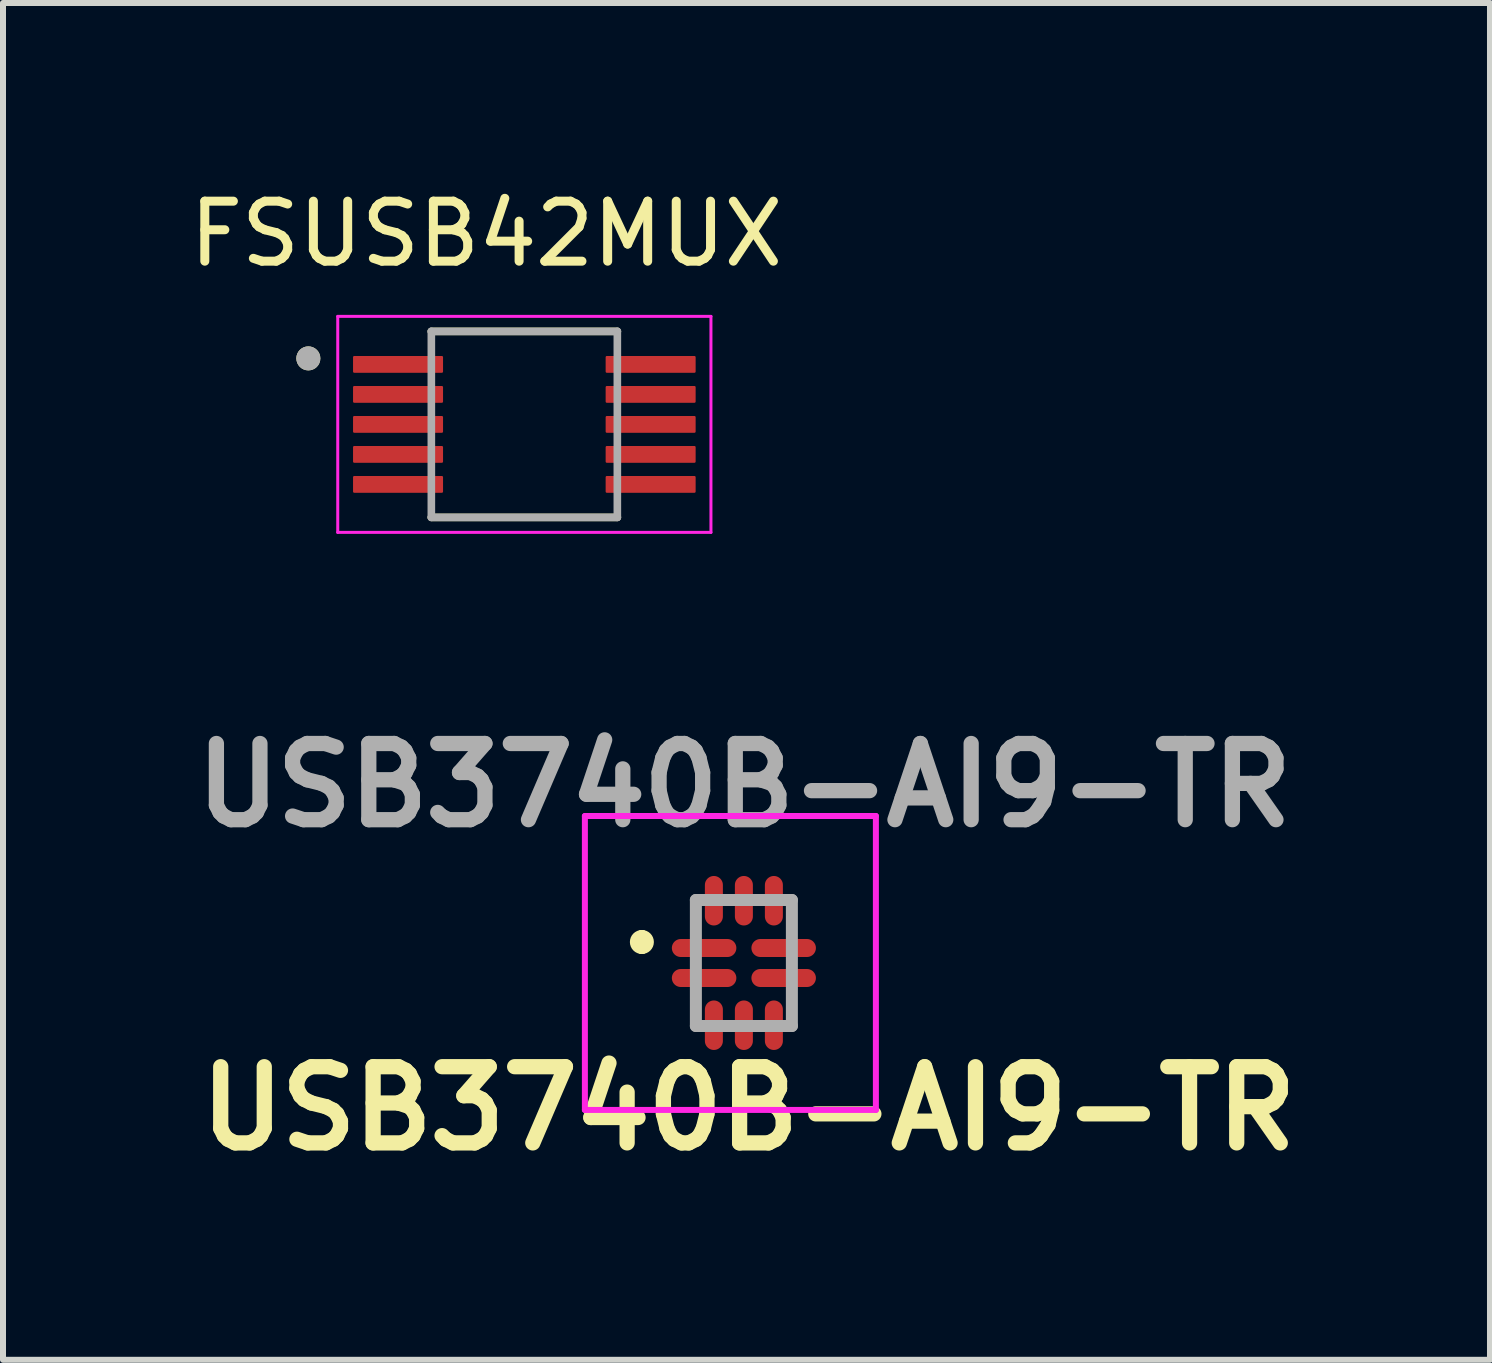
<source format=kicad_pcb>
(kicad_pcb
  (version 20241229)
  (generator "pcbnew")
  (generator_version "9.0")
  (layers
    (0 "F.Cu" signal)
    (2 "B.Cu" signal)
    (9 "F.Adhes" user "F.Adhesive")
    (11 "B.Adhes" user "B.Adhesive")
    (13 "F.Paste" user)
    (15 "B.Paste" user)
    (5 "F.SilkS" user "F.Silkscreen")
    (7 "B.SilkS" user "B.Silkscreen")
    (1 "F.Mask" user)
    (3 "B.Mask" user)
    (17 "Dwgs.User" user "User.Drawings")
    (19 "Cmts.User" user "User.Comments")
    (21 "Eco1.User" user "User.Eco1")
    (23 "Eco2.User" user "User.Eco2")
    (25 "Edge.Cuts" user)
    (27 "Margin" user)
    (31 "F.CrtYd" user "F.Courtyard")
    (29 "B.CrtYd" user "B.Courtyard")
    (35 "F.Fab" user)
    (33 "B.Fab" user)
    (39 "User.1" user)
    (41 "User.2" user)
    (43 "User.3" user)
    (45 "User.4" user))
  (footprint "USB3740B-AI9-TR"
    (layer "F.Cu")
    (at 9.348 13)
    (property "Reference" "USB3740B-AI9-TR" (at 0.08 2.424 0) (layer "F.SilkS") (effects (font (size 1.27 1.27) (thickness 0.254))))
    (attr smd)
    (fp_line (start -1.7 -0.45) (end -1.7 -0.45) (stroke (width 0.2) (type solid)) (layer "F.SilkS"))
    (fp_line (start -1.7 -0.25) (end -1.7 -0.25) (stroke (width 0.2) (type solid)) (layer "F.SilkS"))
    (fp_arc (start -1.7 -0.45) (mid -1.6 -0.35) (end -1.7 -0.25) (stroke (width 0.2) (type solid)) (layer "F.SilkS"))
    (fp_arc (start -1.7 -0.25) (mid -1.8 -0.35) (end -1.7 -0.45) (stroke (width 0.2) (type solid)) (layer "F.SilkS"))
    (fp_line (start -2.65 -2.45) (end 2.2 -2.45) (stroke (width 0.1) (type solid)) (layer "F.CrtYd"))
    (fp_line (start -2.65 2.449) (end -2.65 -2.45) (stroke (width 0.1) (type solid)) (layer "F.CrtYd"))
    (fp_line (start 2.2 -2.45) (end 2.2 2.449) (stroke (width 0.1) (type solid)) (layer "F.CrtYd"))
    (fp_line (start 2.2 2.449) (end -2.65 2.449) (stroke (width 0.1) (type solid)) (layer "F.CrtYd"))
    (fp_line (start -0.8 -1.05) (end 0.8 -1.05) (stroke (width 0.2) (type solid)) (layer "F.Fab"))
    (fp_line (start -0.8 1.05) (end -0.8 -1.05) (stroke (width 0.2) (type solid)) (layer "F.Fab"))
    (fp_line (start 0.8 -1.05) (end 0.8 1.05) (stroke (width 0.2) (type solid)) (layer "F.Fab"))
    (fp_line (start 0.8 1.05) (end -0.8 1.05) (stroke (width 0.2) (type solid)) (layer "F.Fab"))
    (fp_text user "${REFERENCE}" (at 0.008 -2.963 0) (layer "F.Fab") (effects (font (size 1.27 1.27) (thickness 0.254))))
    (pad "1" smd oval (at -0.663 -0.25 90) (size 0.3 1.075) (layers "F.Cu" "F.Mask" "F.Paste"))
    (pad "2" smd oval (at -0.663 0.25 90) (size 0.3 1.075) (layers "F.Cu" "F.Mask" "F.Paste"))
    (pad "3" smd oval (at -0.5 1.037) (size 0.3 0.825) (layers "F.Cu" "F.Mask" "F.Paste"))
    (pad "4" smd oval (at 0 1.037) (size 0.3 0.825) (layers "F.Cu" "F.Mask" "F.Paste"))
    (pad "5" smd oval (at 0.5 1.037) (size 0.3 0.825) (layers "F.Cu" "F.Mask" "F.Paste"))
    (pad "6" smd oval (at 0.663 0.25 90) (size 0.3 1.075) (layers "F.Cu" "F.Mask" "F.Paste"))
    (pad "7" smd oval (at 0.663 -0.25 90) (size 0.3 1.075) (layers "F.Cu" "F.Mask" "F.Paste"))
    (pad "8" smd oval (at 0.5 -1.038) (size 0.3 0.825) (layers "F.Cu" "F.Mask" "F.Paste"))
    (pad "9" smd oval (at 0 -1.038) (size 0.3 0.825) (layers "F.Cu" "F.Mask" "F.Paste"))
    (pad "10" smd oval (at -0.5 -1.038) (size 0.3 0.825) (layers "F.Cu" "F.Mask" "F.Paste")))
  (footprint "FSUSB42MUX"
    (layer "F.Cu")
    (at 5.689 4.023)
    (property "Reference" "FSUSB42MUX" (at -0.635 -3.175 0) (layer "F.SilkS") (effects (font (size 1 1) (thickness 0.15))))
    (attr smd)
    (fp_line (start -1.55 -1.55) (end 1.55 -1.55) (stroke (width 0.127) (type solid)) (layer "F.SilkS"))
    (fp_line (start 1.55 1.55) (end -1.55 1.55) (stroke (width 0.127) (type solid)) (layer "F.SilkS"))
    (fp_circle (center -3.6 -1.1) (end -3.5 -1.1) (stroke (width 0.2) (type solid)) (fill no) (layer "F.SilkS"))
    (fp_line (start -3.11 -1.8) (end 3.11 -1.8) (stroke (width 0.05) (type solid)) (layer "F.CrtYd"))
    (fp_line (start -3.11 1.8) (end -3.11 -1.8) (stroke (width 0.05) (type solid)) (layer "F.CrtYd"))
    (fp_line (start 3.11 -1.8) (end 3.11 1.8) (stroke (width 0.05) (type solid)) (layer "F.CrtYd"))
    (fp_line (start 3.11 1.8) (end -3.11 1.8) (stroke (width 0.05) (type solid)) (layer "F.CrtYd"))
    (fp_line (start -1.55 -1.55) (end 1.55 -1.55) (stroke (width 0.127) (type solid)) (layer "F.Fab"))
    (fp_line (start -1.55 1.55) (end -1.55 -1.55) (stroke (width 0.127) (type solid)) (layer "F.Fab"))
    (fp_line (start 1.55 -1.55) (end 1.55 1.55) (stroke (width 0.127) (type solid)) (layer "F.Fab"))
    (fp_line (start 1.55 1.55) (end -1.55 1.55) (stroke (width 0.127) (type solid)) (layer "F.Fab"))
    (fp_circle (center -3.6 -1.1) (end -3.5 -1.1) (stroke (width 0.2) (type solid)) (fill no) (layer "F.Fab"))
    (pad "1" smd roundrect (at -2.105 -1) (size 1.5 0.28) (layers "F.Cu" "F.Mask" "F.Paste") (roundrect_rratio 0.07))
    (pad "2" smd roundrect (at -2.105 -0.5) (size 1.5 0.28) (layers "F.Cu" "F.Mask" "F.Paste") (roundrect_rratio 0.07))
    (pad "3" smd roundrect (at -2.105 0) (size 1.5 0.28) (layers "F.Cu" "F.Mask" "F.Paste") (roundrect_rratio 0.07))
    (pad "4" smd roundrect (at -2.105 0.5) (size 1.5 0.28) (layers "F.Cu" "F.Mask" "F.Paste") (roundrect_rratio 0.07))
    (pad "5" smd roundrect (at -2.105 1) (size 1.5 0.28) (layers "F.Cu" "F.Mask" "F.Paste") (roundrect_rratio 0.07))
    (pad "6" smd roundrect (at 2.105 1) (size 1.5 0.28) (layers "F.Cu" "F.Mask" "F.Paste") (roundrect_rratio 0.07))
    (pad "7" smd roundrect (at 2.105 0.5) (size 1.5 0.28) (layers "F.Cu" "F.Mask" "F.Paste") (roundrect_rratio 0.07))
    (pad "8" smd roundrect (at 2.105 0) (size 1.5 0.28) (layers "F.Cu" "F.Mask" "F.Paste") (roundrect_rratio 0.07))
    (pad "9" smd roundrect (at 2.105 -0.5) (size 1.5 0.28) (layers "F.Cu" "F.Mask" "F.Paste") (roundrect_rratio 0.07))
    (pad "10" smd roundrect (at 2.105 -1) (size 1.5 0.28) (layers "F.Cu" "F.Mask" "F.Paste") (roundrect_rratio 0.07)))
  (gr_rect
    (start -3 -3)
    (end 21.783 19.613)
    (stroke (width 0.1) (type default))
    (fill no)
    (layer "Edge.Cuts")))
</source>
